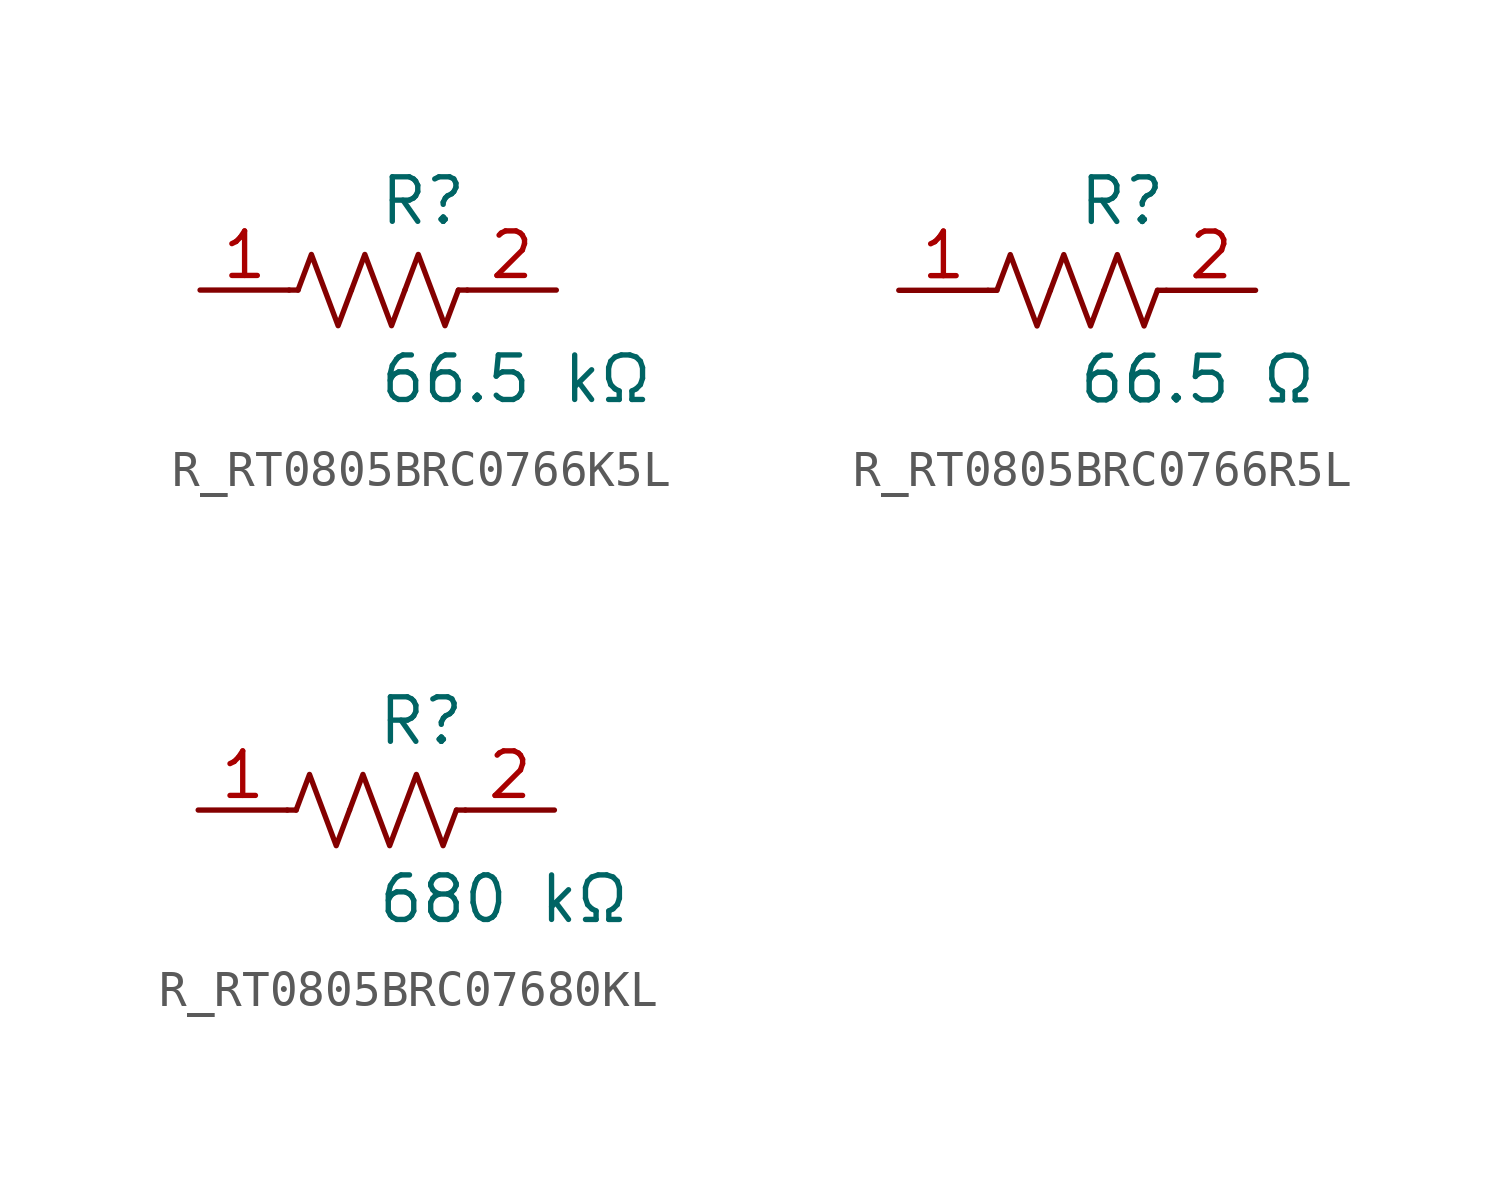
<source format=kicad_sym>
(kicad_symbol_lib
  (version 20231120)
  (generator kicad_symbol_editor)
  (generator_version 8.0)
  (symbol "R_RT0805BRC0766K5L"
    (pin_names
      (offset 0.254))
    (property "Reference" "R"
      (at 0 2.54 0)
      (effects (font (size 1.27 1.27)) (justify left)))
    (property "Value" "66.5 kΩ"
      (at 0 -2.54 0)
      (effects (font (size 1.27 1.27)) (justify left)))
    (symbol "R_RT0805BRC0766K5L_0_1"
      (polyline (pts (xy 2.286 0) (xy 2.54 0)) (stroke (width 0) (type default)) (fill (type none)))
      (polyline (pts (xy -2.286 0) (xy -2.54 0)) (stroke (width 0) (type default)) (fill (type none)))
      (polyline (pts (xy 0.762 0) (xy 1.143 1.016) (xy 1.524 0) (xy 1.905 -1.016) (xy 2.286 0)) (stroke (width 0) (type default)) (fill (type none)))
      (polyline (pts (xy -0.762 0) (xy -0.381 1.016) (xy 0 0) (xy 0.381 -1.016) (xy 0.762 0)) (stroke (width 0) (type default)) (fill (type none)))
      (polyline (pts (xy -2.286 0) (xy -1.905 1.016) (xy -1.524 0) (xy -1.143 -1.016) (xy -0.762 0)) (stroke (width 0) (type default)) (fill (type none))))
    (pin unspecified line
      (at -5.08 0 0)
      (length 2.54)
      (name "" (effects (font (size 1.27 1.27))))
      (number "1" (effects (font (size 1.27 1.27)))))
    (pin unspecified line
      (at 5.08 0 180)
      (length 2.54)
      (name "" (effects (font (size 1.27 1.27))))
      (number "2" (effects (font (size 1.27 1.27))))))
  (symbol "R_RT0805BRC0766R5L"
    (pin_names
      (offset 0.254))
    (property "Reference" "R"
      (at 0 2.54 0)
      (effects (font (size 1.27 1.27)) (justify left)))
    (property "Value" "66.5 Ω"
      (at 0 -2.54 0)
      (effects (font (size 1.27 1.27)) (justify left)))
    (symbol "R_RT0805BRC0766R5L_0_1"
      (polyline (pts (xy 2.286 0) (xy 2.54 0)) (stroke (width 0) (type default)) (fill (type none)))
      (polyline (pts (xy -2.286 0) (xy -2.54 0)) (stroke (width 0) (type default)) (fill (type none)))
      (polyline (pts (xy 0.762 0) (xy 1.143 1.016) (xy 1.524 0) (xy 1.905 -1.016) (xy 2.286 0)) (stroke (width 0) (type default)) (fill (type none)))
      (polyline (pts (xy -0.762 0) (xy -0.381 1.016) (xy 0 0) (xy 0.381 -1.016) (xy 0.762 0)) (stroke (width 0) (type default)) (fill (type none)))
      (polyline (pts (xy -2.286 0) (xy -1.905 1.016) (xy -1.524 0) (xy -1.143 -1.016) (xy -0.762 0)) (stroke (width 0) (type default)) (fill (type none))))
    (pin unspecified line
      (at -5.08 0 0)
      (length 2.54)
      (name "" (effects (font (size 1.27 1.27))))
      (number "1" (effects (font (size 1.27 1.27)))))
    (pin unspecified line
      (at 5.08 0 180)
      (length 2.54)
      (name "" (effects (font (size 1.27 1.27))))
      (number "2" (effects (font (size 1.27 1.27))))))
  (symbol "R_RT0805BRC07680KL"
    (pin_names
      (offset 0.254))
    (property "Reference" "R"
      (at 0 2.54 0)
      (effects (font (size 1.27 1.27)) (justify left)))
    (property "Value" "680 kΩ"
      (at 0 -2.54 0)
      (effects (font (size 1.27 1.27)) (justify left)))
    (symbol "R_RT0805BRC07680KL_0_1"
      (polyline (pts (xy 2.286 0) (xy 2.54 0)) (stroke (width 0) (type default)) (fill (type none)))
      (polyline (pts (xy -2.286 0) (xy -2.54 0)) (stroke (width 0) (type default)) (fill (type none)))
      (polyline (pts (xy 0.762 0) (xy 1.143 1.016) (xy 1.524 0) (xy 1.905 -1.016) (xy 2.286 0)) (stroke (width 0) (type default)) (fill (type none)))
      (polyline (pts (xy -0.762 0) (xy -0.381 1.016) (xy 0 0) (xy 0.381 -1.016) (xy 0.762 0)) (stroke (width 0) (type default)) (fill (type none)))
      (polyline (pts (xy -2.286 0) (xy -1.905 1.016) (xy -1.524 0) (xy -1.143 -1.016) (xy -0.762 0)) (stroke (width 0) (type default)) (fill (type none))))
    (pin unspecified line
      (at -5.08 0 0)
      (length 2.54)
      (name "" (effects (font (size 1.27 1.27))))
      (number "1" (effects (font (size 1.27 1.27)))))
    (pin unspecified line
      (at 5.08 0 180)
      (length 2.54)
      (name "" (effects (font (size 1.27 1.27))))
      (number "2" (effects (font (size 1.27 1.27)))))))
</source>
